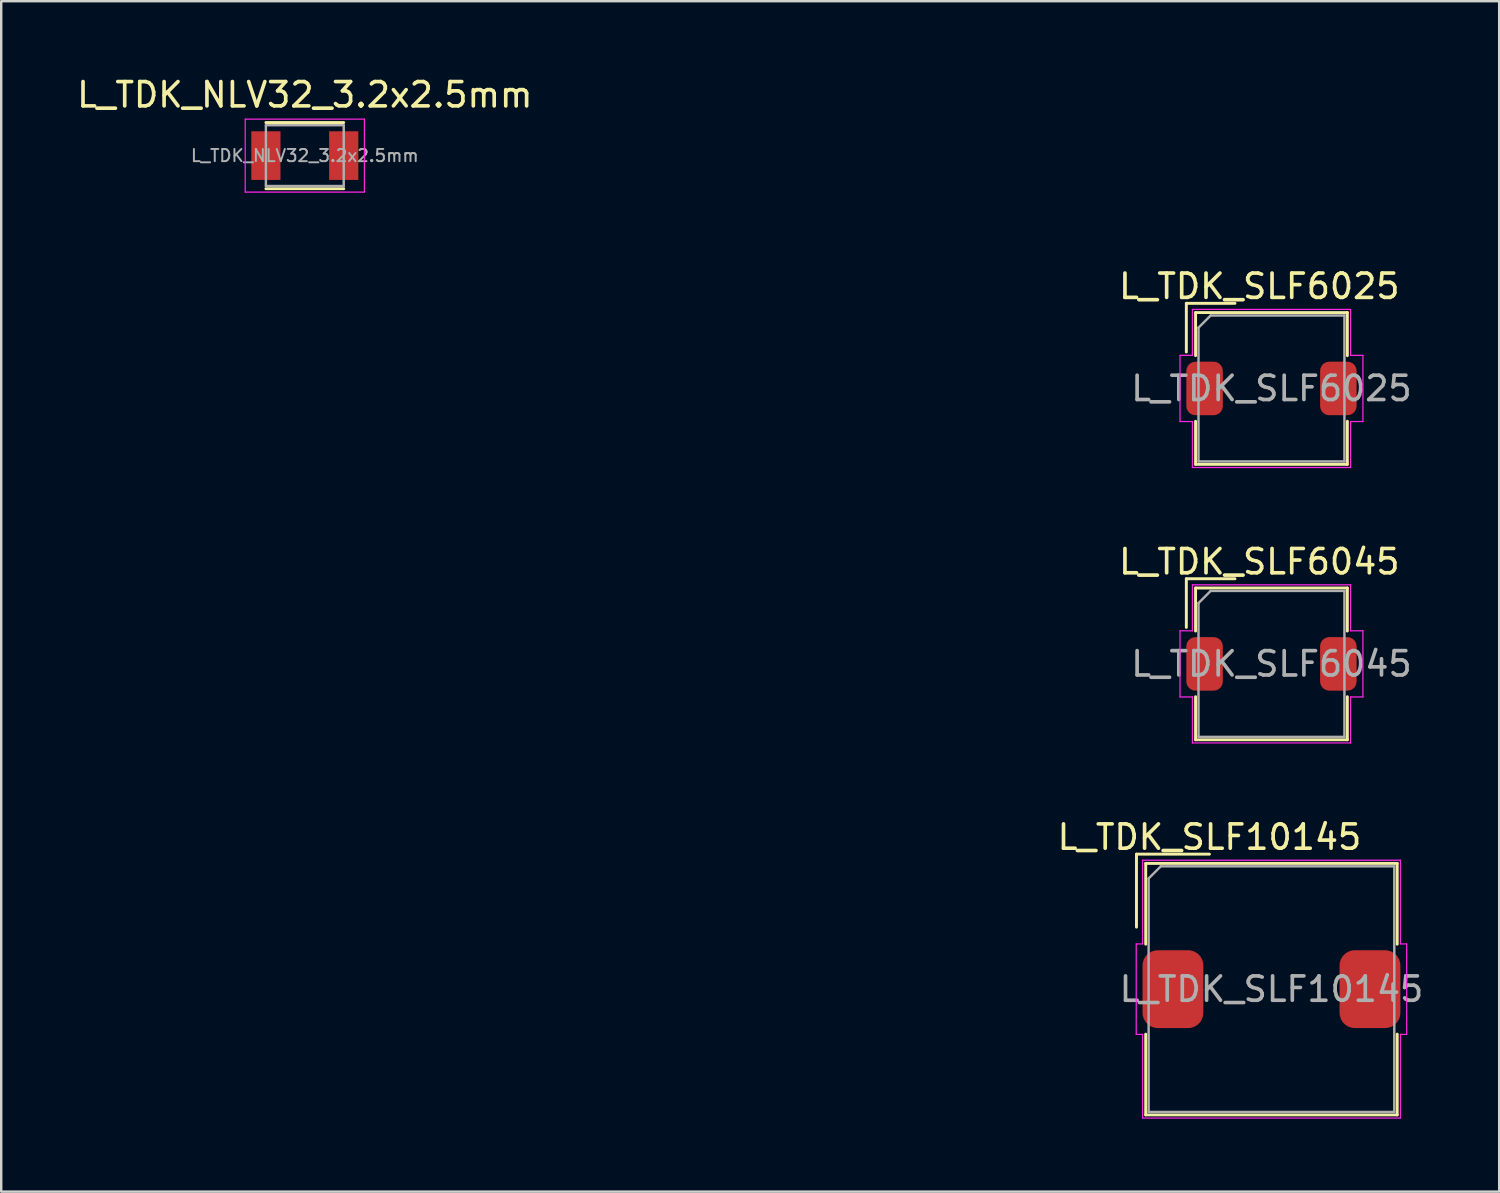
<source format=kicad_pcb>
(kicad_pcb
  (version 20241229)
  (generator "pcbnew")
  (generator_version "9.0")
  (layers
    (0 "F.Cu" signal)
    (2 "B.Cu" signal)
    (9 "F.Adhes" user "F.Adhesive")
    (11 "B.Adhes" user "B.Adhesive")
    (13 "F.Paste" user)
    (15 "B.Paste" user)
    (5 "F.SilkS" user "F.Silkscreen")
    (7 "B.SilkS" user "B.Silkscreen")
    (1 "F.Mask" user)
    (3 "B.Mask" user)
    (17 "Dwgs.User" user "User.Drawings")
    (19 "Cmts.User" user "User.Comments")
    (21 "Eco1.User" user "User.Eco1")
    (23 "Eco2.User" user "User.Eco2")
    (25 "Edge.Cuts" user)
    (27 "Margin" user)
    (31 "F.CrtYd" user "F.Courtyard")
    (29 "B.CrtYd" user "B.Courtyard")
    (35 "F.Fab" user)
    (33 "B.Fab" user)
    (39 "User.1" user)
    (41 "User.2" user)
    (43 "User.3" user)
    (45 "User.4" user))
  (footprint "L_TDK_SLF6045"
    (layer "F.Cu")
    (at 49.225 24.245)
    (property "Reference" "L_TDK_SLF6045" (at -0.5 -4.2 0) (layer "F.SilkS") (effects (font (size 1 1) (thickness 0.15))))
    (attr smd)
    (fp_line (start -3.5 -3.5) (end -1.5 -3.5) (stroke (width 0.12) (type solid)) (layer "F.SilkS"))
    (fp_line (start -3.5 -1.5) (end -3.5 -3.5) (stroke (width 0.12) (type solid)) (layer "F.SilkS"))
    (fp_line (start -3.12 -3.12) (end -3.12 -1.35) (stroke (width 0.12) (type solid)) (layer "F.SilkS"))
    (fp_line (start -3.12 -3.12) (end 3.12 -3.12) (stroke (width 0.12) (type solid)) (layer "F.SilkS"))
    (fp_line (start -3.12 1.35) (end -3.12 3.12) (stroke (width 0.12) (type solid)) (layer "F.SilkS"))
    (fp_line (start -3.12 3.12) (end 3.12 3.12) (stroke (width 0.12) (type solid)) (layer "F.SilkS"))
    (fp_line (start 3.12 -3.12) (end 3.12 -1.35) (stroke (width 0.12) (type solid)) (layer "F.SilkS"))
    (fp_line (start 3.12 1.35) (end 3.12 3.12) (stroke (width 0.12) (type solid)) (layer "F.SilkS"))
    (fp_line (start -3.76 -1.36) (end -3.76 1.36) (stroke (width 0.05) (type solid)) (layer "F.CrtYd"))
    (fp_line (start -3.76 1.36) (end -3.25 1.36) (stroke (width 0.05) (type solid)) (layer "F.CrtYd"))
    (fp_line (start -3.25 -3.25) (end -3.25 -1.36) (stroke (width 0.05) (type solid)) (layer "F.CrtYd"))
    (fp_line (start -3.25 -3.25) (end 3.25 -3.25) (stroke (width 0.05) (type solid)) (layer "F.CrtYd"))
    (fp_line (start -3.25 -1.36) (end -3.76 -1.36) (stroke (width 0.05) (type solid)) (layer "F.CrtYd"))
    (fp_line (start -3.25 1.36) (end -3.25 3.25) (stroke (width 0.05) (type solid)) (layer "F.CrtYd"))
    (fp_line (start -3.25 3.25) (end 3.25 3.25) (stroke (width 0.05) (type solid)) (layer "F.CrtYd"))
    (fp_line (start 3.25 -3.25) (end 3.25 -1.36) (stroke (width 0.05) (type solid)) (layer "F.CrtYd"))
    (fp_line (start 3.25 -1.36) (end 3.76 -1.36) (stroke (width 0.05) (type solid)) (layer "F.CrtYd"))
    (fp_line (start 3.25 1.36) (end 3.25 3.25) (stroke (width 0.05) (type solid)) (layer "F.CrtYd"))
    (fp_line (start 3.76 -1.36) (end 3.76 1.36) (stroke (width 0.05) (type solid)) (layer "F.CrtYd"))
    (fp_line (start 3.76 1.36) (end 3.25 1.36) (stroke (width 0.05) (type solid)) (layer "F.CrtYd"))
    (fp_line (start -3 -2.5) (end -2.5 -3) (stroke (width 0.1) (type solid)) (layer "F.Fab"))
    (fp_line (start -3 3) (end -3 -2.5) (stroke (width 0.1) (type solid)) (layer "F.Fab"))
    (fp_line (start -2.5 -3) (end 3 -3) (stroke (width 0.1) (type solid)) (layer "F.Fab"))
    (fp_line (start 3 -3) (end 3 3) (stroke (width 0.1) (type solid)) (layer "F.Fab"))
    (fp_line (start 3 3) (end -3 3) (stroke (width 0.1) (type solid)) (layer "F.Fab"))
    (fp_text user "" (at -49 0.05 0) (layer "F.SilkS") (effects (font (size 3 3) (thickness 0.15))))
    (fp_text user "${REFERENCE}" (at 0 0 0) (layer "F.Fab") (effects (font (size 1 1) (thickness 0.15))))
    (pad "1" smd roundrect (at -2.75 0) (size 1.5 2.2) (layers "F.Cu" "F.Mask" "F.Paste") (roundrect_rratio 0.25))
    (pad "2" smd roundrect (at 2.75 0) (size 1.5 2.2) (layers "F.Cu" "F.Mask" "F.Paste") (roundrect_rratio 0.25)))
  (footprint "L_TDK_SLF10145"
    (layer "F.Cu")
    (at 49.225 37.618)
    (property "Reference" "L_TDK_SLF10145" (at -2.55 -6.25 0) (layer "F.SilkS") (effects (font (size 1 1) (thickness 0.15))))
    (attr smd)
    (fp_line (start -5.55 -5.55) (end -2.55 -5.55) (stroke (width 0.12) (type solid)) (layer "F.SilkS"))
    (fp_line (start -5.55 -2.55) (end -5.55 -5.55) (stroke (width 0.12) (type solid)) (layer "F.SilkS"))
    (fp_line (start -5.17 -5.17) (end -5.17 -1.85) (stroke (width 0.12) (type solid)) (layer "F.SilkS"))
    (fp_line (start -5.17 -5.17) (end 5.17 -5.17) (stroke (width 0.12) (type solid)) (layer "F.SilkS"))
    (fp_line (start -5.17 1.85) (end -5.17 5.17) (stroke (width 0.12) (type solid)) (layer "F.SilkS"))
    (fp_line (start -5.17 5.17) (end 5.17 5.17) (stroke (width 0.12) (type solid)) (layer "F.SilkS"))
    (fp_line (start 5.17 -5.17) (end 5.17 -1.85) (stroke (width 0.12) (type solid)) (layer "F.SilkS"))
    (fp_line (start 5.17 1.85) (end 5.17 5.17) (stroke (width 0.12) (type solid)) (layer "F.SilkS"))
    (fp_line (start -5.56 -1.86) (end -5.56 1.86) (stroke (width 0.05) (type solid)) (layer "F.CrtYd"))
    (fp_line (start -5.56 1.86) (end -5.3 1.86) (stroke (width 0.05) (type solid)) (layer "F.CrtYd"))
    (fp_line (start -5.3 -5.3) (end -5.3 -1.86) (stroke (width 0.05) (type solid)) (layer "F.CrtYd"))
    (fp_line (start -5.3 -5.3) (end 5.3 -5.3) (stroke (width 0.05) (type solid)) (layer "F.CrtYd"))
    (fp_line (start -5.3 -1.86) (end -5.56 -1.86) (stroke (width 0.05) (type solid)) (layer "F.CrtYd"))
    (fp_line (start -5.3 1.86) (end -5.3 5.3) (stroke (width 0.05) (type solid)) (layer "F.CrtYd"))
    (fp_line (start -5.3 5.3) (end 5.3 5.3) (stroke (width 0.05) (type solid)) (layer "F.CrtYd"))
    (fp_line (start 5.3 -5.3) (end 5.3 -1.86) (stroke (width 0.05) (type solid)) (layer "F.CrtYd"))
    (fp_line (start 5.3 -1.86) (end 5.56 -1.86) (stroke (width 0.05) (type solid)) (layer "F.CrtYd"))
    (fp_line (start 5.3 1.86) (end 5.3 5.3) (stroke (width 0.05) (type solid)) (layer "F.CrtYd"))
    (fp_line (start 5.56 -1.86) (end 5.56 1.86) (stroke (width 0.05) (type solid)) (layer "F.CrtYd"))
    (fp_line (start 5.56 1.86) (end 5.3 1.86) (stroke (width 0.05) (type solid)) (layer "F.CrtYd"))
    (fp_line (start -5.05 -4.55) (end -4.55 -5.05) (stroke (width 0.1) (type solid)) (layer "F.Fab"))
    (fp_line (start -5.05 5.05) (end -5.05 -4.55) (stroke (width 0.1) (type solid)) (layer "F.Fab"))
    (fp_line (start -4.55 -5.05) (end 5.05 -5.05) (stroke (width 0.1) (type solid)) (layer "F.Fab"))
    (fp_line (start 5.05 -5.05) (end 5.05 5.05) (stroke (width 0.1) (type solid)) (layer "F.Fab"))
    (fp_line (start 5.05 5.05) (end -5.05 5.05) (stroke (width 0.1) (type solid)) (layer "F.Fab"))
    (fp_text user "" (at -49 0.05 0) (layer "F.SilkS") (effects (font (size 3 3) (thickness 0.15))))
    (fp_text user "${REFERENCE}" (at 0 0 0) (layer "F.Fab") (effects (font (size 1 1) (thickness 0.15))))
    (pad "1" smd roundrect (at -4.05 0) (size 2.5 3.2) (layers "F.Cu" "F.Mask" "F.Paste") (roundrect_rratio 0.25))
    (pad "2" smd roundrect (at 4.05 0) (size 2.5 3.2) (layers "F.Cu" "F.Mask" "F.Paste") (roundrect_rratio 0.25)))
  (footprint "L_TDK_NLV32_3.2x2.5mm"
    (layer "F.Cu")
    (at 9.482 3.348)
    (property "Reference" "L_TDK_NLV32_3.2x2.5mm" (at 0 -2.5 0) (layer "F.SilkS") (effects (font (size 1 1) (thickness 0.15))))
    (attr smd)
    (fp_line (start -1.6 -1.36) (end 1.6 -1.36) (stroke (width 0.12) (type solid)) (layer "F.SilkS"))
    (fp_line (start 1.6 1.36) (end -1.6 1.36) (stroke (width 0.12) (type solid)) (layer "F.SilkS"))
    (fp_line (start -2.45 -1.5) (end 2.45 -1.5) (stroke (width 0.05) (type solid)) (layer "F.CrtYd"))
    (fp_line (start -2.45 1.5) (end -2.45 -1.5) (stroke (width 0.05) (type solid)) (layer "F.CrtYd"))
    (fp_line (start 2.45 -1.5) (end 2.45 1.5) (stroke (width 0.05) (type solid)) (layer "F.CrtYd"))
    (fp_line (start 2.45 1.5) (end -2.45 1.5) (stroke (width 0.05) (type solid)) (layer "F.CrtYd"))
    (fp_line (start -1.6 -1.25) (end 1.6 -1.25) (stroke (width 0.1) (type solid)) (layer "F.Fab"))
    (fp_line (start -1.6 1.25) (end -1.6 -1.25) (stroke (width 0.1) (type solid)) (layer "F.Fab"))
    (fp_line (start 1.6 -1.25) (end 1.6 1.25) (stroke (width 0.1) (type solid)) (layer "F.Fab"))
    (fp_line (start 1.6 1.25) (end -1.6 1.25) (stroke (width 0.1) (type solid)) (layer "F.Fab"))
    (fp_text user "${REFERENCE}" (at 0 0 0) (layer "F.Fab") (effects (font (size 0.5 0.5) (thickness 0.08))))
    (pad "1" smd rect (at -1.6 0) (size 1.2 2) (layers "F.Cu" "F.Mask" "F.Paste"))
    (pad "2" smd rect (at 1.6 0) (size 1.2 2) (layers "F.Cu" "F.Mask" "F.Paste")))
  (footprint "L_TDK_SLF6025"
    (layer "F.Cu")
    (at 49.225 12.921)
    (property "Reference" "L_TDK_SLF6025" (at -0.5 -4.2 0) (layer "F.SilkS") (effects (font (size 1 1) (thickness 0.15))))
    (attr smd)
    (fp_line (start -3.5 -3.5) (end -1.5 -3.5) (stroke (width 0.12) (type solid)) (layer "F.SilkS"))
    (fp_line (start -3.5 -1.5) (end -3.5 -3.5) (stroke (width 0.12) (type solid)) (layer "F.SilkS"))
    (fp_line (start -3.12 -3.12) (end -3.12 -1.35) (stroke (width 0.12) (type solid)) (layer "F.SilkS"))
    (fp_line (start -3.12 -3.12) (end 3.12 -3.12) (stroke (width 0.12) (type solid)) (layer "F.SilkS"))
    (fp_line (start -3.12 1.35) (end -3.12 3.12) (stroke (width 0.12) (type solid)) (layer "F.SilkS"))
    (fp_line (start -3.12 3.12) (end 3.12 3.12) (stroke (width 0.12) (type solid)) (layer "F.SilkS"))
    (fp_line (start 3.12 -3.12) (end 3.12 -1.35) (stroke (width 0.12) (type solid)) (layer "F.SilkS"))
    (fp_line (start 3.12 1.35) (end 3.12 3.12) (stroke (width 0.12) (type solid)) (layer "F.SilkS"))
    (fp_line (start -3.76 -1.36) (end -3.76 1.36) (stroke (width 0.05) (type solid)) (layer "F.CrtYd"))
    (fp_line (start -3.76 1.36) (end -3.25 1.36) (stroke (width 0.05) (type solid)) (layer "F.CrtYd"))
    (fp_line (start -3.25 -3.25) (end -3.25 -1.36) (stroke (width 0.05) (type solid)) (layer "F.CrtYd"))
    (fp_line (start -3.25 -3.25) (end 3.25 -3.25) (stroke (width 0.05) (type solid)) (layer "F.CrtYd"))
    (fp_line (start -3.25 -1.36) (end -3.76 -1.36) (stroke (width 0.05) (type solid)) (layer "F.CrtYd"))
    (fp_line (start -3.25 1.36) (end -3.25 3.25) (stroke (width 0.05) (type solid)) (layer "F.CrtYd"))
    (fp_line (start -3.25 3.25) (end 3.25 3.25) (stroke (width 0.05) (type solid)) (layer "F.CrtYd"))
    (fp_line (start 3.25 -3.25) (end 3.25 -1.36) (stroke (width 0.05) (type solid)) (layer "F.CrtYd"))
    (fp_line (start 3.25 -1.36) (end 3.76 -1.36) (stroke (width 0.05) (type solid)) (layer "F.CrtYd"))
    (fp_line (start 3.25 1.36) (end 3.25 3.25) (stroke (width 0.05) (type solid)) (layer "F.CrtYd"))
    (fp_line (start 3.76 -1.36) (end 3.76 1.36) (stroke (width 0.05) (type solid)) (layer "F.CrtYd"))
    (fp_line (start 3.76 1.36) (end 3.25 1.36) (stroke (width 0.05) (type solid)) (layer "F.CrtYd"))
    (fp_line (start -3 -2.5) (end -2.5 -3) (stroke (width 0.1) (type solid)) (layer "F.Fab"))
    (fp_line (start -3 3) (end -3 -2.5) (stroke (width 0.1) (type solid)) (layer "F.Fab"))
    (fp_line (start -2.5 -3) (end 3 -3) (stroke (width 0.1) (type solid)) (layer "F.Fab"))
    (fp_line (start 3 -3) (end 3 3) (stroke (width 0.1) (type solid)) (layer "F.Fab"))
    (fp_line (start 3 3) (end -3 3) (stroke (width 0.1) (type solid)) (layer "F.Fab"))
    (fp_text user "" (at -49 0.05 0) (layer "F.SilkS") (effects (font (size 3 3) (thickness 0.15))))
    (fp_text user "${REFERENCE}" (at 0 0 0) (layer "F.Fab") (effects (font (size 1 1) (thickness 0.15))))
    (pad "1" smd roundrect (at -2.75 0) (size 1.5 2.2) (layers "F.Cu" "F.Mask" "F.Paste") (roundrect_rratio 0.25))
    (pad "2" smd roundrect (at 2.75 0) (size 1.5 2.2) (layers "F.Cu" "F.Mask" "F.Paste") (roundrect_rratio 0.25)))
  (gr_rect
    (start -3 -3)
    (end 58.588 45.943)
    (stroke (width 0.1) (type default))
    (fill no)
    (layer "Edge.Cuts")))
</source>
